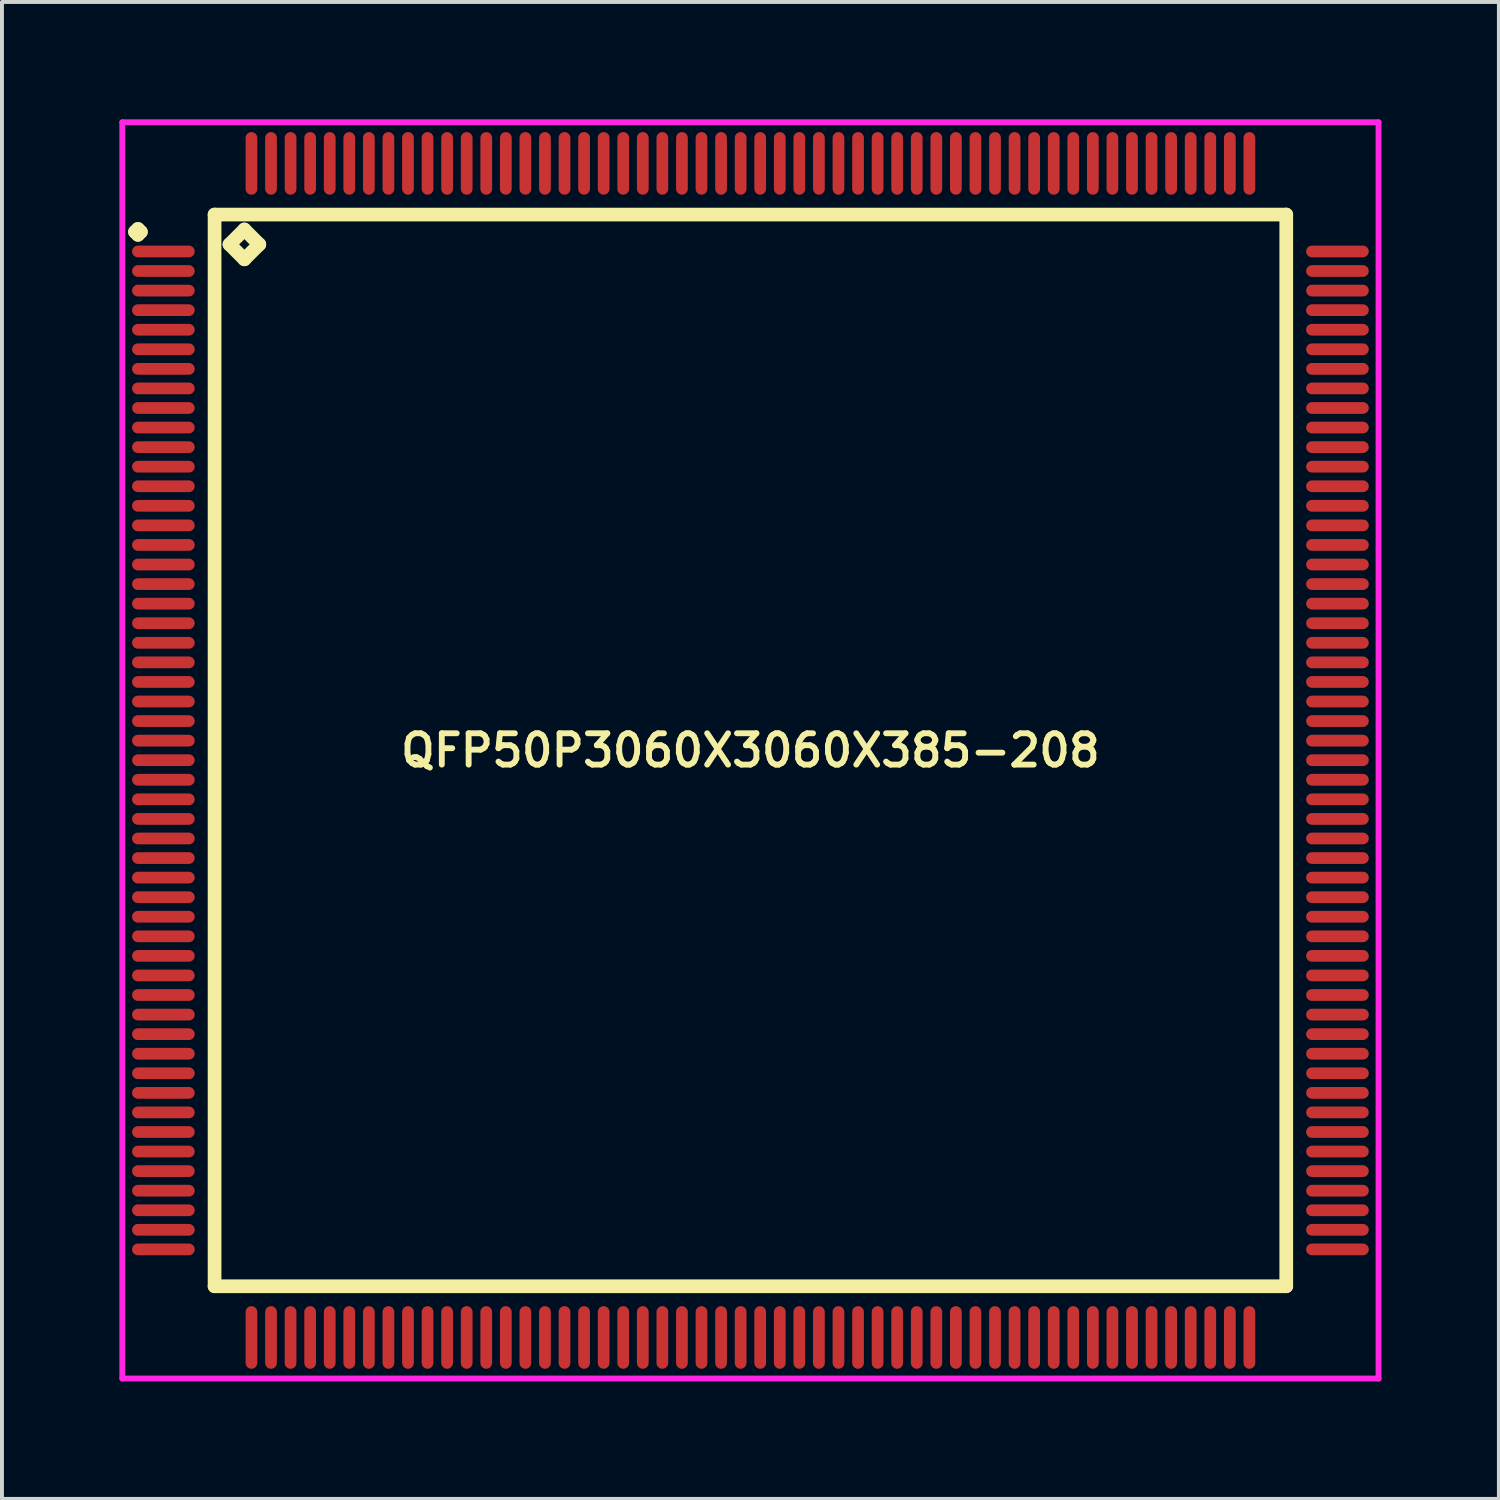
<source format=kicad_pcb>
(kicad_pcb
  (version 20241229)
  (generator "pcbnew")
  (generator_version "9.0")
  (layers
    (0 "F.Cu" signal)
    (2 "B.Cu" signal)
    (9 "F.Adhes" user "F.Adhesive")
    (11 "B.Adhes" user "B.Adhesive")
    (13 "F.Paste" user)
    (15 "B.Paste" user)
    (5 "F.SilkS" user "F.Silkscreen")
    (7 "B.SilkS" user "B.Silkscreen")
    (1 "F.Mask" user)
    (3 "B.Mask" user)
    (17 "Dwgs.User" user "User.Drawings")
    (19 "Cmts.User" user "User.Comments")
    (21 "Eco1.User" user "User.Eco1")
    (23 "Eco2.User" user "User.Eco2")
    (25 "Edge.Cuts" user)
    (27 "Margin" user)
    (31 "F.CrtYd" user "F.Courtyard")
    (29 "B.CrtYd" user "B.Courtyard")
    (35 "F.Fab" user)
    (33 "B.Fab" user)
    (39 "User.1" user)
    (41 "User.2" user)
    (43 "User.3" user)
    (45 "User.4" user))
  (footprint "QFP50P3060X3060X385-208"
    (layer "F.Cu")
    (at 16.125 16.125)
    (property "Reference" "QFP50P3060X3060X385-208" (at 0 0 0) (layer "F.SilkS") (effects (font (size 0.8 0.8) (thickness 0.15))))
    (attr smd)
    (fp_line (start -15.725 -13.25) (end -15.65 -13.325) (stroke (width 0.35) (type solid)) (layer "F.SilkS"))
    (fp_line (start -15.65 -13.325) (end -15.575 -13.25) (stroke (width 0.35) (type solid)) (layer "F.SilkS"))
    (fp_line (start -15.65 -13.175) (end -15.725 -13.25) (stroke (width 0.35) (type solid)) (layer "F.SilkS"))
    (fp_line (start -15.575 -13.25) (end -15.65 -13.175) (stroke (width 0.35) (type solid)) (layer "F.SilkS"))
    (fp_line (start -13.692 -13.692) (end -13.692 13.692) (stroke (width 0.35) (type solid)) (layer "F.SilkS"))
    (fp_line (start -13.692 13.692) (end 13.692 13.692) (stroke (width 0.35) (type solid)) (layer "F.SilkS"))
    (fp_line (start -13.311 -12.93) (end -12.93 -13.311) (stroke (width 0.35) (type solid)) (layer "F.SilkS"))
    (fp_line (start -12.93 -13.311) (end -12.549 -12.93) (stroke (width 0.35) (type solid)) (layer "F.SilkS"))
    (fp_line (start -12.93 -12.549) (end -13.311 -12.93) (stroke (width 0.35) (type solid)) (layer "F.SilkS"))
    (fp_line (start -12.549 -12.93) (end -12.93 -12.549) (stroke (width 0.35) (type solid)) (layer "F.SilkS"))
    (fp_line (start 13.692 -13.692) (end -13.692 -13.692) (stroke (width 0.35) (type solid)) (layer "F.SilkS"))
    (fp_line (start 13.692 13.692) (end 13.692 -13.692) (stroke (width 0.35) (type solid)) (layer "F.SilkS"))
    (fp_line (start -16.05 -16.05) (end 16.05 -16.05) (stroke (width 0.15) (type solid)) (layer "F.CrtYd"))
    (fp_line (start -16.05 16.05) (end -16.05 -16.05) (stroke (width 0.15) (type solid)) (layer "F.CrtYd"))
    (fp_line (start 16.05 -16.05) (end 16.05 16.05) (stroke (width 0.15) (type solid)) (layer "F.CrtYd"))
    (fp_line (start 16.05 16.05) (end -16.05 16.05) (stroke (width 0.15) (type solid)) (layer "F.CrtYd"))
    (pad "1" smd oval (at -15 -12.75) (size 1.6 0.3) (layers "F.Cu" "F.Mask" "F.Paste"))
    (pad "2" smd oval (at -15 -12.25) (size 1.6 0.3) (layers "F.Cu" "F.Mask" "F.Paste"))
    (pad "3" smd oval (at -15 -11.75) (size 1.6 0.3) (layers "F.Cu" "F.Mask" "F.Paste"))
    (pad "4" smd oval (at -15 -11.25) (size 1.6 0.3) (layers "F.Cu" "F.Mask" "F.Paste"))
    (pad "5" smd oval (at -15 -10.75) (size 1.6 0.3) (layers "F.Cu" "F.Mask" "F.Paste"))
    (pad "6" smd oval (at -15 -10.25) (size 1.6 0.3) (layers "F.Cu" "F.Mask" "F.Paste"))
    (pad "7" smd oval (at -15 -9.75) (size 1.6 0.3) (layers "F.Cu" "F.Mask" "F.Paste"))
    (pad "8" smd oval (at -15 -9.25) (size 1.6 0.3) (layers "F.Cu" "F.Mask" "F.Paste"))
    (pad "9" smd oval (at -15 -8.75) (size 1.6 0.3) (layers "F.Cu" "F.Mask" "F.Paste"))
    (pad "10" smd oval (at -15 -8.25) (size 1.6 0.3) (layers "F.Cu" "F.Mask" "F.Paste"))
    (pad "11" smd oval (at -15 -7.75) (size 1.6 0.3) (layers "F.Cu" "F.Mask" "F.Paste"))
    (pad "12" smd oval (at -15 -7.25) (size 1.6 0.3) (layers "F.Cu" "F.Mask" "F.Paste"))
    (pad "13" smd oval (at -15 -6.75) (size 1.6 0.3) (layers "F.Cu" "F.Mask" "F.Paste"))
    (pad "14" smd oval (at -15 -6.25) (size 1.6 0.3) (layers "F.Cu" "F.Mask" "F.Paste"))
    (pad "15" smd oval (at -15 -5.75) (size 1.6 0.3) (layers "F.Cu" "F.Mask" "F.Paste"))
    (pad "16" smd oval (at -15 -5.25) (size 1.6 0.3) (layers "F.Cu" "F.Mask" "F.Paste"))
    (pad "17" smd oval (at -15 -4.75) (size 1.6 0.3) (layers "F.Cu" "F.Mask" "F.Paste"))
    (pad "18" smd oval (at -15 -4.25) (size 1.6 0.3) (layers "F.Cu" "F.Mask" "F.Paste"))
    (pad "19" smd oval (at -15 -3.75) (size 1.6 0.3) (layers "F.Cu" "F.Mask" "F.Paste"))
    (pad "20" smd oval (at -15 -3.25) (size 1.6 0.3) (layers "F.Cu" "F.Mask" "F.Paste"))
    (pad "21" smd oval (at -15 -2.75) (size 1.6 0.3) (layers "F.Cu" "F.Mask" "F.Paste"))
    (pad "22" smd oval (at -15 -2.25) (size 1.6 0.3) (layers "F.Cu" "F.Mask" "F.Paste"))
    (pad "23" smd oval (at -15 -1.75) (size 1.6 0.3) (layers "F.Cu" "F.Mask" "F.Paste"))
    (pad "24" smd oval (at -15 -1.25) (size 1.6 0.3) (layers "F.Cu" "F.Mask" "F.Paste"))
    (pad "25" smd oval (at -15 -0.75) (size 1.6 0.3) (layers "F.Cu" "F.Mask" "F.Paste"))
    (pad "26" smd oval (at -15 -0.25) (size 1.6 0.3) (layers "F.Cu" "F.Mask" "F.Paste"))
    (pad "27" smd oval (at -15 0.25) (size 1.6 0.3) (layers "F.Cu" "F.Mask" "F.Paste"))
    (pad "28" smd oval (at -15 0.75) (size 1.6 0.3) (layers "F.Cu" "F.Mask" "F.Paste"))
    (pad "29" smd oval (at -15 1.25) (size 1.6 0.3) (layers "F.Cu" "F.Mask" "F.Paste"))
    (pad "30" smd oval (at -15 1.75) (size 1.6 0.3) (layers "F.Cu" "F.Mask" "F.Paste"))
    (pad "31" smd oval (at -15 2.25) (size 1.6 0.3) (layers "F.Cu" "F.Mask" "F.Paste"))
    (pad "32" smd oval (at -15 2.75) (size 1.6 0.3) (layers "F.Cu" "F.Mask" "F.Paste"))
    (pad "33" smd oval (at -15 3.25) (size 1.6 0.3) (layers "F.Cu" "F.Mask" "F.Paste"))
    (pad "34" smd oval (at -15 3.75) (size 1.6 0.3) (layers "F.Cu" "F.Mask" "F.Paste"))
    (pad "35" smd oval (at -15 4.25) (size 1.6 0.3) (layers "F.Cu" "F.Mask" "F.Paste"))
    (pad "36" smd oval (at -15 4.75) (size 1.6 0.3) (layers "F.Cu" "F.Mask" "F.Paste"))
    (pad "37" smd oval (at -15 5.25) (size 1.6 0.3) (layers "F.Cu" "F.Mask" "F.Paste"))
    (pad "38" smd oval (at -15 5.75) (size 1.6 0.3) (layers "F.Cu" "F.Mask" "F.Paste"))
    (pad "39" smd oval (at -15 6.25) (size 1.6 0.3) (layers "F.Cu" "F.Mask" "F.Paste"))
    (pad "40" smd oval (at -15 6.75) (size 1.6 0.3) (layers "F.Cu" "F.Mask" "F.Paste"))
    (pad "41" smd oval (at -15 7.25) (size 1.6 0.3) (layers "F.Cu" "F.Mask" "F.Paste"))
    (pad "42" smd oval (at -15 7.75) (size 1.6 0.3) (layers "F.Cu" "F.Mask" "F.Paste"))
    (pad "43" smd oval (at -15 8.25) (size 1.6 0.3) (layers "F.Cu" "F.Mask" "F.Paste"))
    (pad "44" smd oval (at -15 8.75) (size 1.6 0.3) (layers "F.Cu" "F.Mask" "F.Paste"))
    (pad "45" smd oval (at -15 9.25) (size 1.6 0.3) (layers "F.Cu" "F.Mask" "F.Paste"))
    (pad "46" smd oval (at -15 9.75) (size 1.6 0.3) (layers "F.Cu" "F.Mask" "F.Paste"))
    (pad "47" smd oval (at -15 10.25) (size 1.6 0.3) (layers "F.Cu" "F.Mask" "F.Paste"))
    (pad "48" smd oval (at -15 10.75) (size 1.6 0.3) (layers "F.Cu" "F.Mask" "F.Paste"))
    (pad "49" smd oval (at -15 11.25) (size 1.6 0.3) (layers "F.Cu" "F.Mask" "F.Paste"))
    (pad "50" smd oval (at -15 11.75) (size 1.6 0.3) (layers "F.Cu" "F.Mask" "F.Paste"))
    (pad "51" smd oval (at -15 12.25) (size 1.6 0.3) (layers "F.Cu" "F.Mask" "F.Paste"))
    (pad "52" smd oval (at -15 12.75) (size 1.6 0.3) (layers "F.Cu" "F.Mask" "F.Paste"))
    (pad "53" smd oval (at -12.75 15) (size 0.3 1.6) (layers "F.Cu" "F.Mask" "F.Paste"))
    (pad "54" smd oval (at -12.25 15) (size 0.3 1.6) (layers "F.Cu" "F.Mask" "F.Paste"))
    (pad "55" smd oval (at -11.75 15) (size 0.3 1.6) (layers "F.Cu" "F.Mask" "F.Paste"))
    (pad "56" smd oval (at -11.25 15) (size 0.3 1.6) (layers "F.Cu" "F.Mask" "F.Paste"))
    (pad "57" smd oval (at -10.75 15) (size 0.3 1.6) (layers "F.Cu" "F.Mask" "F.Paste"))
    (pad "58" smd oval (at -10.25 15) (size 0.3 1.6) (layers "F.Cu" "F.Mask" "F.Paste"))
    (pad "59" smd oval (at -9.75 15) (size 0.3 1.6) (layers "F.Cu" "F.Mask" "F.Paste"))
    (pad "60" smd oval (at -9.25 15) (size 0.3 1.6) (layers "F.Cu" "F.Mask" "F.Paste"))
    (pad "61" smd oval (at -8.75 15) (size 0.3 1.6) (layers "F.Cu" "F.Mask" "F.Paste"))
    (pad "62" smd oval (at -8.25 15) (size 0.3 1.6) (layers "F.Cu" "F.Mask" "F.Paste"))
    (pad "63" smd oval (at -7.75 15) (size 0.3 1.6) (layers "F.Cu" "F.Mask" "F.Paste"))
    (pad "64" smd oval (at -7.25 15) (size 0.3 1.6) (layers "F.Cu" "F.Mask" "F.Paste"))
    (pad "65" smd oval (at -6.75 15) (size 0.3 1.6) (layers "F.Cu" "F.Mask" "F.Paste"))
    (pad "66" smd oval (at -6.25 15) (size 0.3 1.6) (layers "F.Cu" "F.Mask" "F.Paste"))
    (pad "67" smd oval (at -5.75 15) (size 0.3 1.6) (layers "F.Cu" "F.Mask" "F.Paste"))
    (pad "68" smd oval (at -5.25 15) (size 0.3 1.6) (layers "F.Cu" "F.Mask" "F.Paste"))
    (pad "69" smd oval (at -4.75 15) (size 0.3 1.6) (layers "F.Cu" "F.Mask" "F.Paste"))
    (pad "70" smd oval (at -4.25 15) (size 0.3 1.6) (layers "F.Cu" "F.Mask" "F.Paste"))
    (pad "71" smd oval (at -3.75 15) (size 0.3 1.6) (layers "F.Cu" "F.Mask" "F.Paste"))
    (pad "72" smd oval (at -3.25 15) (size 0.3 1.6) (layers "F.Cu" "F.Mask" "F.Paste"))
    (pad "73" smd oval (at -2.75 15) (size 0.3 1.6) (layers "F.Cu" "F.Mask" "F.Paste"))
    (pad "74" smd oval (at -2.25 15) (size 0.3 1.6) (layers "F.Cu" "F.Mask" "F.Paste"))
    (pad "75" smd oval (at -1.75 15) (size 0.3 1.6) (layers "F.Cu" "F.Mask" "F.Paste"))
    (pad "76" smd oval (at -1.25 15) (size 0.3 1.6) (layers "F.Cu" "F.Mask" "F.Paste"))
    (pad "77" smd oval (at -0.75 15) (size 0.3 1.6) (layers "F.Cu" "F.Mask" "F.Paste"))
    (pad "78" smd oval (at -0.25 15) (size 0.3 1.6) (layers "F.Cu" "F.Mask" "F.Paste"))
    (pad "79" smd oval (at 0.25 15) (size 0.3 1.6) (layers "F.Cu" "F.Mask" "F.Paste"))
    (pad "80" smd oval (at 0.75 15) (size 0.3 1.6) (layers "F.Cu" "F.Mask" "F.Paste"))
    (pad "81" smd oval (at 1.25 15) (size 0.3 1.6) (layers "F.Cu" "F.Mask" "F.Paste"))
    (pad "82" smd oval (at 1.75 15) (size 0.3 1.6) (layers "F.Cu" "F.Mask" "F.Paste"))
    (pad "83" smd oval (at 2.25 15) (size 0.3 1.6) (layers "F.Cu" "F.Mask" "F.Paste"))
    (pad "84" smd oval (at 2.75 15) (size 0.3 1.6) (layers "F.Cu" "F.Mask" "F.Paste"))
    (pad "85" smd oval (at 3.25 15) (size 0.3 1.6) (layers "F.Cu" "F.Mask" "F.Paste"))
    (pad "86" smd oval (at 3.75 15) (size 0.3 1.6) (layers "F.Cu" "F.Mask" "F.Paste"))
    (pad "87" smd oval (at 4.25 15) (size 0.3 1.6) (layers "F.Cu" "F.Mask" "F.Paste"))
    (pad "88" smd oval (at 4.75 15) (size 0.3 1.6) (layers "F.Cu" "F.Mask" "F.Paste"))
    (pad "89" smd oval (at 5.25 15) (size 0.3 1.6) (layers "F.Cu" "F.Mask" "F.Paste"))
    (pad "90" smd oval (at 5.75 15) (size 0.3 1.6) (layers "F.Cu" "F.Mask" "F.Paste"))
    (pad "91" smd oval (at 6.25 15) (size 0.3 1.6) (layers "F.Cu" "F.Mask" "F.Paste"))
    (pad "92" smd oval (at 6.75 15) (size 0.3 1.6) (layers "F.Cu" "F.Mask" "F.Paste"))
    (pad "93" smd oval (at 7.25 15) (size 0.3 1.6) (layers "F.Cu" "F.Mask" "F.Paste"))
    (pad "94" smd oval (at 7.75 15) (size 0.3 1.6) (layers "F.Cu" "F.Mask" "F.Paste"))
    (pad "95" smd oval (at 8.25 15) (size 0.3 1.6) (layers "F.Cu" "F.Mask" "F.Paste"))
    (pad "96" smd oval (at 8.75 15) (size 0.3 1.6) (layers "F.Cu" "F.Mask" "F.Paste"))
    (pad "97" smd oval (at 9.25 15) (size 0.3 1.6) (layers "F.Cu" "F.Mask" "F.Paste"))
    (pad "98" smd oval (at 9.75 15) (size 0.3 1.6) (layers "F.Cu" "F.Mask" "F.Paste"))
    (pad "99" smd oval (at 10.25 15) (size 0.3 1.6) (layers "F.Cu" "F.Mask" "F.Paste"))
    (pad "100" smd oval (at 10.75 15) (size 0.3 1.6) (layers "F.Cu" "F.Mask" "F.Paste"))
    (pad "101" smd oval (at 11.25 15) (size 0.3 1.6) (layers "F.Cu" "F.Mask" "F.Paste"))
    (pad "102" smd oval (at 11.75 15) (size 0.3 1.6) (layers "F.Cu" "F.Mask" "F.Paste"))
    (pad "103" smd oval (at 12.25 15) (size 0.3 1.6) (layers "F.Cu" "F.Mask" "F.Paste"))
    (pad "104" smd oval (at 12.75 15) (size 0.3 1.6) (layers "F.Cu" "F.Mask" "F.Paste"))
    (pad "105" smd oval (at 15 12.75) (size 1.6 0.3) (layers "F.Cu" "F.Mask" "F.Paste"))
    (pad "106" smd oval (at 15 12.25) (size 1.6 0.3) (layers "F.Cu" "F.Mask" "F.Paste"))
    (pad "107" smd oval (at 15 11.75) (size 1.6 0.3) (layers "F.Cu" "F.Mask" "F.Paste"))
    (pad "108" smd oval (at 15 11.25) (size 1.6 0.3) (layers "F.Cu" "F.Mask" "F.Paste"))
    (pad "109" smd oval (at 15 10.75) (size 1.6 0.3) (layers "F.Cu" "F.Mask" "F.Paste"))
    (pad "110" smd oval (at 15 10.25) (size 1.6 0.3) (layers "F.Cu" "F.Mask" "F.Paste"))
    (pad "111" smd oval (at 15 9.75) (size 1.6 0.3) (layers "F.Cu" "F.Mask" "F.Paste"))
    (pad "112" smd oval (at 15 9.25) (size 1.6 0.3) (layers "F.Cu" "F.Mask" "F.Paste"))
    (pad "113" smd oval (at 15 8.75) (size 1.6 0.3) (layers "F.Cu" "F.Mask" "F.Paste"))
    (pad "114" smd oval (at 15 8.25) (size 1.6 0.3) (layers "F.Cu" "F.Mask" "F.Paste"))
    (pad "115" smd oval (at 15 7.75) (size 1.6 0.3) (layers "F.Cu" "F.Mask" "F.Paste"))
    (pad "116" smd oval (at 15 7.25) (size 1.6 0.3) (layers "F.Cu" "F.Mask" "F.Paste"))
    (pad "117" smd oval (at 15 6.75) (size 1.6 0.3) (layers "F.Cu" "F.Mask" "F.Paste"))
    (pad "118" smd oval (at 15 6.25) (size 1.6 0.3) (layers "F.Cu" "F.Mask" "F.Paste"))
    (pad "119" smd oval (at 15 5.75) (size 1.6 0.3) (layers "F.Cu" "F.Mask" "F.Paste"))
    (pad "120" smd oval (at 15 5.25) (size 1.6 0.3) (layers "F.Cu" "F.Mask" "F.Paste"))
    (pad "121" smd oval (at 15 4.75) (size 1.6 0.3) (layers "F.Cu" "F.Mask" "F.Paste"))
    (pad "122" smd oval (at 15 4.25) (size 1.6 0.3) (layers "F.Cu" "F.Mask" "F.Paste"))
    (pad "123" smd oval (at 15 3.75) (size 1.6 0.3) (layers "F.Cu" "F.Mask" "F.Paste"))
    (pad "124" smd oval (at 15 3.25) (size 1.6 0.3) (layers "F.Cu" "F.Mask" "F.Paste"))
    (pad "125" smd oval (at 15 2.75) (size 1.6 0.3) (layers "F.Cu" "F.Mask" "F.Paste"))
    (pad "126" smd oval (at 15 2.25) (size 1.6 0.3) (layers "F.Cu" "F.Mask" "F.Paste"))
    (pad "127" smd oval (at 15 1.75) (size 1.6 0.3) (layers "F.Cu" "F.Mask" "F.Paste"))
    (pad "128" smd oval (at 15 1.25) (size 1.6 0.3) (layers "F.Cu" "F.Mask" "F.Paste"))
    (pad "129" smd oval (at 15 0.75) (size 1.6 0.3) (layers "F.Cu" "F.Mask" "F.Paste"))
    (pad "130" smd oval (at 15 0.25) (size 1.6 0.3) (layers "F.Cu" "F.Mask" "F.Paste"))
    (pad "131" smd oval (at 15 -0.25) (size 1.6 0.3) (layers "F.Cu" "F.Mask" "F.Paste"))
    (pad "132" smd oval (at 15 -0.75) (size 1.6 0.3) (layers "F.Cu" "F.Mask" "F.Paste"))
    (pad "133" smd oval (at 15 -1.25) (size 1.6 0.3) (layers "F.Cu" "F.Mask" "F.Paste"))
    (pad "134" smd oval (at 15 -1.75) (size 1.6 0.3) (layers "F.Cu" "F.Mask" "F.Paste"))
    (pad "135" smd oval (at 15 -2.25) (size 1.6 0.3) (layers "F.Cu" "F.Mask" "F.Paste"))
    (pad "136" smd oval (at 15 -2.75) (size 1.6 0.3) (layers "F.Cu" "F.Mask" "F.Paste"))
    (pad "137" smd oval (at 15 -3.25) (size 1.6 0.3) (layers "F.Cu" "F.Mask" "F.Paste"))
    (pad "138" smd oval (at 15 -3.75) (size 1.6 0.3) (layers "F.Cu" "F.Mask" "F.Paste"))
    (pad "139" smd oval (at 15 -4.25) (size 1.6 0.3) (layers "F.Cu" "F.Mask" "F.Paste"))
    (pad "140" smd oval (at 15 -4.75) (size 1.6 0.3) (layers "F.Cu" "F.Mask" "F.Paste"))
    (pad "141" smd oval (at 15 -5.25) (size 1.6 0.3) (layers "F.Cu" "F.Mask" "F.Paste"))
    (pad "142" smd oval (at 15 -5.75) (size 1.6 0.3) (layers "F.Cu" "F.Mask" "F.Paste"))
    (pad "143" smd oval (at 15 -6.25) (size 1.6 0.3) (layers "F.Cu" "F.Mask" "F.Paste"))
    (pad "144" smd oval (at 15 -6.75) (size 1.6 0.3) (layers "F.Cu" "F.Mask" "F.Paste"))
    (pad "145" smd oval (at 15 -7.25) (size 1.6 0.3) (layers "F.Cu" "F.Mask" "F.Paste"))
    (pad "146" smd oval (at 15 -7.75) (size 1.6 0.3) (layers "F.Cu" "F.Mask" "F.Paste"))
    (pad "147" smd oval (at 15 -8.25) (size 1.6 0.3) (layers "F.Cu" "F.Mask" "F.Paste"))
    (pad "148" smd oval (at 15 -8.75) (size 1.6 0.3) (layers "F.Cu" "F.Mask" "F.Paste"))
    (pad "149" smd oval (at 15 -9.25) (size 1.6 0.3) (layers "F.Cu" "F.Mask" "F.Paste"))
    (pad "150" smd oval (at 15 -9.75) (size 1.6 0.3) (layers "F.Cu" "F.Mask" "F.Paste"))
    (pad "151" smd oval (at 15 -10.25) (size 1.6 0.3) (layers "F.Cu" "F.Mask" "F.Paste"))
    (pad "152" smd oval (at 15 -10.75) (size 1.6 0.3) (layers "F.Cu" "F.Mask" "F.Paste"))
    (pad "153" smd oval (at 15 -11.25) (size 1.6 0.3) (layers "F.Cu" "F.Mask" "F.Paste"))
    (pad "154" smd oval (at 15 -11.75) (size 1.6 0.3) (layers "F.Cu" "F.Mask" "F.Paste"))
    (pad "155" smd oval (at 15 -12.25) (size 1.6 0.3) (layers "F.Cu" "F.Mask" "F.Paste"))
    (pad "156" smd oval (at 15 -12.75) (size 1.6 0.3) (layers "F.Cu" "F.Mask" "F.Paste"))
    (pad "157" smd oval (at 12.75 -15) (size 0.3 1.6) (layers "F.Cu" "F.Mask" "F.Paste"))
    (pad "158" smd oval (at 12.25 -15) (size 0.3 1.6) (layers "F.Cu" "F.Mask" "F.Paste"))
    (pad "159" smd oval (at 11.75 -15) (size 0.3 1.6) (layers "F.Cu" "F.Mask" "F.Paste"))
    (pad "160" smd oval (at 11.25 -15) (size 0.3 1.6) (layers "F.Cu" "F.Mask" "F.Paste"))
    (pad "161" smd oval (at 10.75 -15) (size 0.3 1.6) (layers "F.Cu" "F.Mask" "F.Paste"))
    (pad "162" smd oval (at 10.25 -15) (size 0.3 1.6) (layers "F.Cu" "F.Mask" "F.Paste"))
    (pad "163" smd oval (at 9.75 -15) (size 0.3 1.6) (layers "F.Cu" "F.Mask" "F.Paste"))
    (pad "164" smd oval (at 9.25 -15) (size 0.3 1.6) (layers "F.Cu" "F.Mask" "F.Paste"))
    (pad "165" smd oval (at 8.75 -15) (size 0.3 1.6) (layers "F.Cu" "F.Mask" "F.Paste"))
    (pad "166" smd oval (at 8.25 -15) (size 0.3 1.6) (layers "F.Cu" "F.Mask" "F.Paste"))
    (pad "167" smd oval (at 7.75 -15) (size 0.3 1.6) (layers "F.Cu" "F.Mask" "F.Paste"))
    (pad "168" smd oval (at 7.25 -15) (size 0.3 1.6) (layers "F.Cu" "F.Mask" "F.Paste"))
    (pad "169" smd oval (at 6.75 -15) (size 0.3 1.6) (layers "F.Cu" "F.Mask" "F.Paste"))
    (pad "170" smd oval (at 6.25 -15) (size 0.3 1.6) (layers "F.Cu" "F.Mask" "F.Paste"))
    (pad "171" smd oval (at 5.75 -15) (size 0.3 1.6) (layers "F.Cu" "F.Mask" "F.Paste"))
    (pad "172" smd oval (at 5.25 -15) (size 0.3 1.6) (layers "F.Cu" "F.Mask" "F.Paste"))
    (pad "173" smd oval (at 4.75 -15) (size 0.3 1.6) (layers "F.Cu" "F.Mask" "F.Paste"))
    (pad "174" smd oval (at 4.25 -15) (size 0.3 1.6) (layers "F.Cu" "F.Mask" "F.Paste"))
    (pad "175" smd oval (at 3.75 -15) (size 0.3 1.6) (layers "F.Cu" "F.Mask" "F.Paste"))
    (pad "176" smd oval (at 3.25 -15) (size 0.3 1.6) (layers "F.Cu" "F.Mask" "F.Paste"))
    (pad "177" smd oval (at 2.75 -15) (size 0.3 1.6) (layers "F.Cu" "F.Mask" "F.Paste"))
    (pad "178" smd oval (at 2.25 -15) (size 0.3 1.6) (layers "F.Cu" "F.Mask" "F.Paste"))
    (pad "179" smd oval (at 1.75 -15) (size 0.3 1.6) (layers "F.Cu" "F.Mask" "F.Paste"))
    (pad "180" smd oval (at 1.25 -15) (size 0.3 1.6) (layers "F.Cu" "F.Mask" "F.Paste"))
    (pad "181" smd oval (at 0.75 -15) (size 0.3 1.6) (layers "F.Cu" "F.Mask" "F.Paste"))
    (pad "182" smd oval (at 0.25 -15) (size 0.3 1.6) (layers "F.Cu" "F.Mask" "F.Paste"))
    (pad "183" smd oval (at -0.25 -15) (size 0.3 1.6) (layers "F.Cu" "F.Mask" "F.Paste"))
    (pad "184" smd oval (at -0.75 -15) (size 0.3 1.6) (layers "F.Cu" "F.Mask" "F.Paste"))
    (pad "185" smd oval (at -1.25 -15) (size 0.3 1.6) (layers "F.Cu" "F.Mask" "F.Paste"))
    (pad "186" smd oval (at -1.75 -15) (size 0.3 1.6) (layers "F.Cu" "F.Mask" "F.Paste"))
    (pad "187" smd oval (at -2.25 -15) (size 0.3 1.6) (layers "F.Cu" "F.Mask" "F.Paste"))
    (pad "188" smd oval (at -2.75 -15) (size 0.3 1.6) (layers "F.Cu" "F.Mask" "F.Paste"))
    (pad "189" smd oval (at -3.25 -15) (size 0.3 1.6) (layers "F.Cu" "F.Mask" "F.Paste"))
    (pad "190" smd oval (at -3.75 -15) (size 0.3 1.6) (layers "F.Cu" "F.Mask" "F.Paste"))
    (pad "191" smd oval (at -4.25 -15) (size 0.3 1.6) (layers "F.Cu" "F.Mask" "F.Paste"))
    (pad "192" smd oval (at -4.75 -15) (size 0.3 1.6) (layers "F.Cu" "F.Mask" "F.Paste"))
    (pad "193" smd oval (at -5.25 -15) (size 0.3 1.6) (layers "F.Cu" "F.Mask" "F.Paste"))
    (pad "194" smd oval (at -5.75 -15) (size 0.3 1.6) (layers "F.Cu" "F.Mask" "F.Paste"))
    (pad "195" smd oval (at -6.25 -15) (size 0.3 1.6) (layers "F.Cu" "F.Mask" "F.Paste"))
    (pad "196" smd oval (at -6.75 -15) (size 0.3 1.6) (layers "F.Cu" "F.Mask" "F.Paste"))
    (pad "197" smd oval (at -7.25 -15) (size 0.3 1.6) (layers "F.Cu" "F.Mask" "F.Paste"))
    (pad "198" smd oval (at -7.75 -15) (size 0.3 1.6) (layers "F.Cu" "F.Mask" "F.Paste"))
    (pad "199" smd oval (at -8.25 -15) (size 0.3 1.6) (layers "F.Cu" "F.Mask" "F.Paste"))
    (pad "200" smd oval (at -8.75 -15) (size 0.3 1.6) (layers "F.Cu" "F.Mask" "F.Paste"))
    (pad "201" smd oval (at -9.25 -15) (size 0.3 1.6) (layers "F.Cu" "F.Mask" "F.Paste"))
    (pad "202" smd oval (at -9.75 -15) (size 0.3 1.6) (layers "F.Cu" "F.Mask" "F.Paste"))
    (pad "203" smd oval (at -10.25 -15) (size 0.3 1.6) (layers "F.Cu" "F.Mask" "F.Paste"))
    (pad "204" smd oval (at -10.75 -15) (size 0.3 1.6) (layers "F.Cu" "F.Mask" "F.Paste"))
    (pad "205" smd oval (at -11.25 -15) (size 0.3 1.6) (layers "F.Cu" "F.Mask" "F.Paste"))
    (pad "206" smd oval (at -11.75 -15) (size 0.3 1.6) (layers "F.Cu" "F.Mask" "F.Paste"))
    (pad "207" smd oval (at -12.25 -15) (size 0.3 1.6) (layers "F.Cu" "F.Mask" "F.Paste"))
    (pad "208" smd oval (at -12.75 -15) (size 0.3 1.6) (layers "F.Cu" "F.Mask" "F.Paste")))
  (gr_rect
    (start -3 -3)
    (end 35.25 35.25)
    (stroke (width 0.1) (type default))
    (fill no)
    (layer "Edge.Cuts")))
</source>
